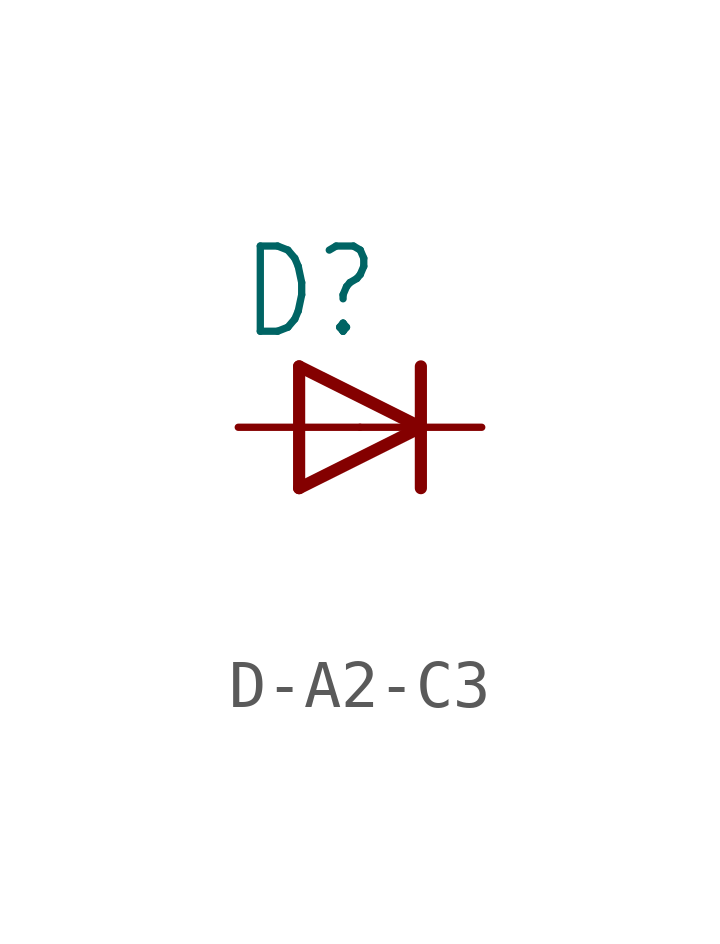
<source format=kicad_sym>
(kicad_symbol_lib
  (version 20220914)
  (generator kicad_symbol_editor)
  (symbol "D-A2-C3"
    (property "Reference" "D"
      (at -2.54 1.778 0)
      (effects (font (size 1.778 1.511)) (justify left bottom)))
    (property "Value" ""
      (at -2.54 -3.683 0)
      (effects (font (size 1.778 1.511)) (justify left bottom)))
    (property "ki_locked" ""
      (at 0 0 0)
      (effects (font (size 1.27 1.27))))
    (symbol "D-A2-C3_1_0"
      (polyline (pts (xy -1.27 -1.27) (xy 1.27 0)) (stroke (width 0.254) (type solid)) (fill (type none)))
      (polyline (pts (xy -1.27 1.27) (xy -1.27 -1.27)) (stroke (width 0.254) (type solid)) (fill (type none)))
      (polyline (pts (xy 1.27 0) (xy -1.27 1.27)) (stroke (width 0.254) (type solid)) (fill (type none)))
      (polyline (pts (xy 1.27 0) (xy 1.27 -1.27)) (stroke (width 0.254) (type solid)) (fill (type none)))
      (polyline (pts (xy 1.27 1.27) (xy 1.27 0)) (stroke (width 0.254) (type solid)) (fill (type none)))
      (pin passive line (at -2.54 0 0) (length 2.54) (name "A" (effects (font (size 0 0)))) (number "2" (effects (font (size 0 0)))))
      (pin passive line (at 2.54 0 180) (length 2.54) (name "C" (effects (font (size 0 0)))) (number "3" (effects (font (size 0 0))))))))
</source>
